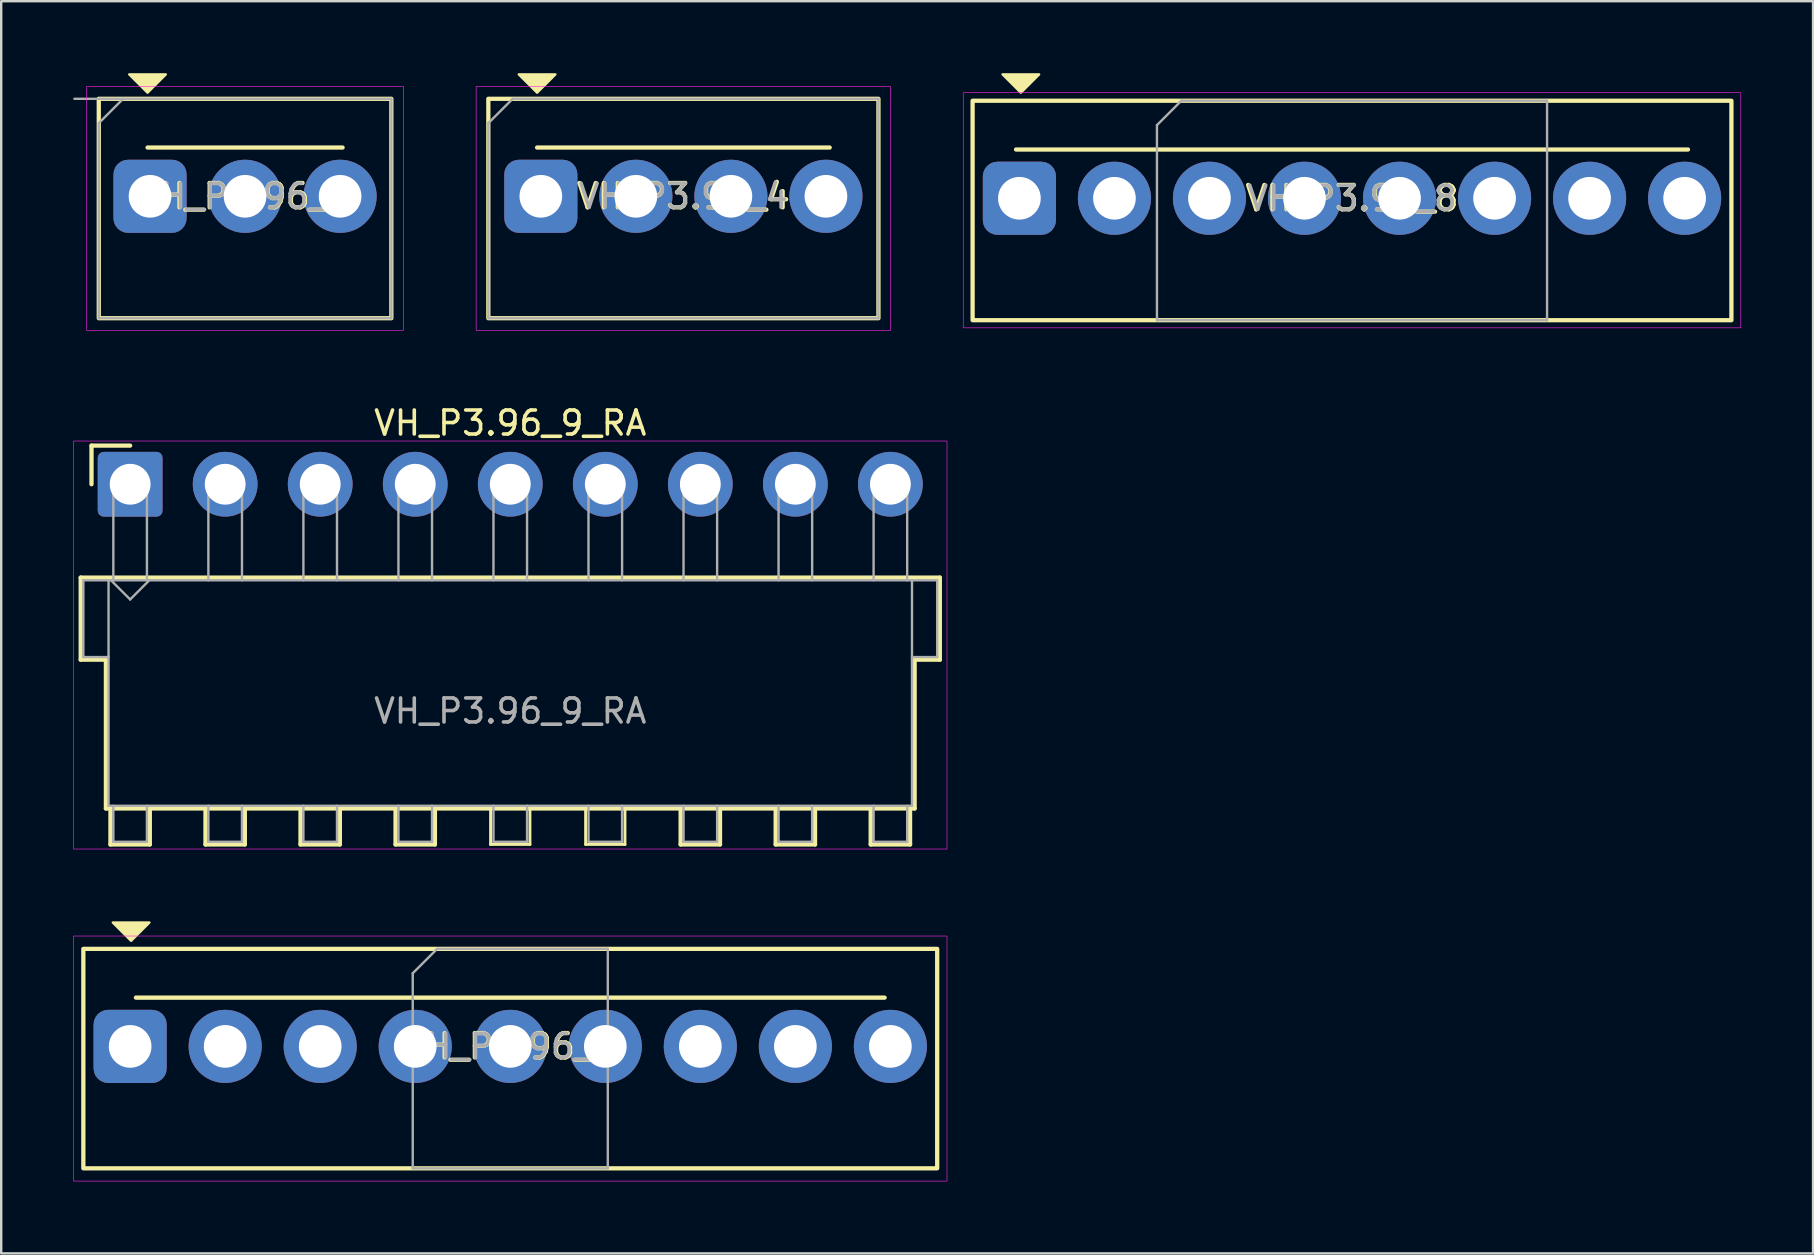
<source format=kicad_pcb>
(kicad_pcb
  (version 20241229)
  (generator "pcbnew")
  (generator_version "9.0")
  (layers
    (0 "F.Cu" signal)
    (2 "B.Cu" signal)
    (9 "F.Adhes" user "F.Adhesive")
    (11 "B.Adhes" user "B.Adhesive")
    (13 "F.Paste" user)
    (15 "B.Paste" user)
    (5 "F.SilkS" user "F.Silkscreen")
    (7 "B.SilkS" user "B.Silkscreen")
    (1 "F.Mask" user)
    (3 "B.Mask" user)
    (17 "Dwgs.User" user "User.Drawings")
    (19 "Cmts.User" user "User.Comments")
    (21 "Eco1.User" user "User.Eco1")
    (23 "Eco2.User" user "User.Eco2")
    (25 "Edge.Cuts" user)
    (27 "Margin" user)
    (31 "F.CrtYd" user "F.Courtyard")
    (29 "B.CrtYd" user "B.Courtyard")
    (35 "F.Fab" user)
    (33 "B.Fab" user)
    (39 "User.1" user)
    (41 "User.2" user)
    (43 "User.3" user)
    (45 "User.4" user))
  (footprint "VH_P3.96_8"
    (layer "F.Cu")
    (at 53.289 5.212)
    (property "Reference" "VH_P3.96_8" (at 0 0 0) (layer "F.SilkS") (effects (font (size 1.016 1.016) (thickness 0.178))))
    (attr through_hole)
    (fp_line (start -14 -2.032) (end 14 -2.032) (stroke (width 0.178) (type solid)) (layer "F.SilkS"))
    (fp_rect (start -15.81 -4.064) (end 15.81 5.08) (stroke (width 0.178) (type solid)) (fill no) (layer "F.SilkS"))
    (fp_poly (pts (xy -13.8 -4.4) (xy -14.562 -5.162) (xy -13.038 -5.162)) (stroke (width 0.1) (type solid)) (fill yes) (layer "F.SilkS"))
    (fp_rect (start -16.2 -4.4) (end 16.2 5.4) (stroke (width 0.025) (type solid)) (fill no) (layer "F.CrtYd"))
    (fp_line (start -8.128 -3.048) (end -7.112 -4.064) (stroke (width 0.1) (type solid)) (layer "F.Fab"))
    (fp_line (start -8.128 5.08) (end -8.128 -3.048) (stroke (width 0.1) (type solid)) (layer "F.Fab"))
    (fp_line (start -7.112 -4.064) (end 8.128 -4.064) (stroke (width 0.1) (type solid)) (layer "F.Fab"))
    (fp_line (start 8.128 -4.064) (end 8.128 5.08) (stroke (width 0.1) (type solid)) (layer "F.Fab"))
    (fp_line (start 8.128 5.08) (end -8.128 5.08) (stroke (width 0.1) (type solid)) (layer "F.Fab"))
    (fp_text user "${REFERENCE}" (at 0 0 0) (layer "F.Fab") (effects (font (size 1 1) (thickness 0.15))))
    (pad "1" thru_hole roundrect (at -13.86 0) (size 3.048 3.048) (drill 1.778) (layers "*.Cu" "*.Mask") (roundrect_rratio 0.2))
    (pad "2" thru_hole circle (at -9.9 0) (size 3.048 3.048) (drill 1.778) (layers "*.Cu" "*.Mask"))
    (pad "3" thru_hole circle (at -5.94 0) (size 3.048 3.048) (drill 1.778) (layers "*.Cu" "*.Mask"))
    (pad "4" thru_hole circle (at -1.98 0) (size 3.048 3.048) (drill 1.778) (layers "*.Cu" "*.Mask"))
    (pad "5" thru_hole circle (at 1.98 0) (size 3.048 3.048) (drill 1.778) (layers "*.Cu" "*.Mask"))
    (pad "6" thru_hole circle (at 5.94 0) (size 3.048 3.048) (drill 1.778) (layers "*.Cu" "*.Mask"))
    (pad "7" thru_hole circle (at 9.9 0) (size 3.048 3.048) (drill 1.778) (layers "*.Cu" "*.Mask"))
    (pad "8" thru_hole circle (at 13.86 0) (size 3.048 3.048) (drill 1.778) (layers "*.Cu" "*.Mask")))
  (footprint "VH_P3.96_9"
    (layer "F.Cu")
    (at 18.213 40.554)
    (property "Reference" "VH_P3.96_9" (at 0 0 0) (layer "F.SilkS") (effects (font (size 1.016 1.016) (thickness 0.178))))
    (attr through_hole)
    (fp_line (start -15.6 -2.032) (end 15.6 -2.032) (stroke (width 0.178) (type solid)) (layer "F.SilkS"))
    (fp_rect (start -17.79 -4.064) (end 17.79 5.08) (stroke (width 0.178) (type solid)) (fill no) (layer "F.SilkS"))
    (fp_poly (pts (xy -15.8 -4.4) (xy -16.562 -5.162) (xy -15.038 -5.162)) (stroke (width 0.1) (type solid)) (fill yes) (layer "F.SilkS"))
    (fp_rect (start -18.2 -4.6) (end 18.2 5.613) (stroke (width 0.025) (type solid)) (fill no) (layer "F.CrtYd"))
    (fp_line (start -4.064 -3.048) (end -3.048 -4.064) (stroke (width 0.1) (type solid)) (layer "F.Fab"))
    (fp_line (start -4.064 5.08) (end -4.064 -3.048) (stroke (width 0.1) (type solid)) (layer "F.Fab"))
    (fp_line (start -3.048 -4.064) (end 4.064 -4.064) (stroke (width 0.1) (type solid)) (layer "F.Fab"))
    (fp_line (start 4.064 -4.064) (end 4.064 5.08) (stroke (width 0.1) (type solid)) (layer "F.Fab"))
    (fp_line (start 4.064 5.08) (end -4.064 5.08) (stroke (width 0.1) (type solid)) (layer "F.Fab"))
    (fp_text user "${REFERENCE}" (at 0 0 0) (layer "F.Fab") (effects (font (size 1 1) (thickness 0.15))))
    (pad "1" thru_hole roundrect (at -15.84 0) (size 3.048 3.048) (drill 1.778) (layers "*.Cu" "*.Mask") (roundrect_rratio 0.2))
    (pad "2" thru_hole circle (at -11.88 0) (size 3.048 3.048) (drill 1.778) (layers "*.Cu" "*.Mask"))
    (pad "3" thru_hole circle (at -7.92 0) (size 3.048 3.048) (drill 1.778) (layers "*.Cu" "*.Mask"))
    (pad "4" thru_hole circle (at -3.96 0) (size 3.048 3.048) (drill 1.778) (layers "*.Cu" "*.Mask"))
    (pad "5" thru_hole circle (at 0 0) (size 3.048 3.048) (drill 1.778) (layers "*.Cu" "*.Mask"))
    (pad "6" thru_hole circle (at 3.96 0) (size 3.048 3.048) (drill 1.778) (layers "*.Cu" "*.Mask"))
    (pad "7" thru_hole circle (at 7.92 0) (size 3.048 3.048) (drill 1.778) (layers "*.Cu" "*.Mask"))
    (pad "8" thru_hole circle (at 11.88 0) (size 3.048 3.048) (drill 1.778) (layers "*.Cu" "*.Mask"))
    (pad "9" thru_hole circle (at 15.84 0) (size 3.048 3.048) (drill 1.778) (layers "*.Cu" "*.Mask")))
  (footprint "VH_P3.96_3"
    (layer "F.Cu")
    (at 7.162 5.13)
    (property "Reference" "VH_P3.96_3" (at 0 0 0) (layer "F.SilkS") (effects (font (size 1.016 1.016) (thickness 0.178))))
    (attr through_hole)
    (fp_line (start -4.064 -2.032) (end 4.064 -2.032) (stroke (width 0.178) (type solid)) (layer "F.SilkS"))
    (fp_rect (start -6.096 -4.064) (end 6.096 5.08) (stroke (width 0.178) (type solid)) (fill no) (layer "F.SilkS"))
    (fp_poly (pts (xy -4.064 -4.318) (xy -4.826 -5.08) (xy -3.302 -5.08)) (stroke (width 0.1) (type solid)) (fill yes) (layer "F.SilkS"))
    (fp_rect (start -6.604 5.588) (end 6.604 -4.572) (stroke (width 0.025) (type solid)) (fill no) (layer "F.CrtYd"))
    (fp_line (start -7.112 -4.064) (end 6.096 -4.064) (stroke (width 0.1) (type solid)) (layer "F.Fab"))
    (fp_line (start -6.096 -3.048) (end -5.08 -4.064) (stroke (width 0.1) (type solid)) (layer "F.Fab"))
    (fp_line (start -6.096 5.08) (end -6.096 -3.048) (stroke (width 0.1) (type solid)) (layer "F.Fab"))
    (fp_line (start 6.096 -4.064) (end 6.096 5.08) (stroke (width 0.1) (type solid)) (layer "F.Fab"))
    (fp_line (start 6.096 5.08) (end -6.096 5.08) (stroke (width 0.1) (type solid)) (layer "F.Fab"))
    (fp_text user "${REFERENCE}" (at 0 0 0) (layer "F.Fab") (effects (font (size 1 1) (thickness 0.15))))
    (pad "1" thru_hole roundrect (at -3.96 0) (size 3.048 3.048) (drill 1.778) (layers "*.Cu" "*.Mask") (roundrect_rratio 0.2))
    (pad "2" thru_hole circle (at 0 0) (size 3.048 3.048) (drill 1.778) (layers "*.Cu" "*.Mask"))
    (pad "3" thru_hole circle (at 3.96 0) (size 3.048 3.048) (drill 1.778) (layers "*.Cu" "*.Mask")))
  (footprint "VH_P3.96_4"
    (layer "F.Cu")
    (at 25.427 5.13)
    (property "Reference" "VH_P3.96_4" (at 0 0 0) (layer "F.SilkS") (effects (font (size 1.016 1.016) (thickness 0.178))))
    (attr through_hole)
    (fp_line (start -6.096 -2.032) (end 6.096 -2.032) (stroke (width 0.178) (type solid)) (layer "F.SilkS"))
    (fp_rect (start -8.128 -4.064) (end 8.128 5.08) (stroke (width 0.178) (type solid)) (fill no) (layer "F.SilkS"))
    (fp_poly (pts (xy -6.096 -4.318) (xy -6.858 -5.08) (xy -5.334 -5.08)) (stroke (width 0.1) (type solid)) (fill yes) (layer "F.SilkS"))
    (fp_rect (start -8.636 5.588) (end 8.636 -4.572) (stroke (width 0.025) (type solid)) (fill no) (layer "F.CrtYd"))
    (fp_line (start -8.128 -3.048) (end -7.112 -4.064) (stroke (width 0.1) (type solid)) (layer "F.Fab"))
    (fp_line (start -8.128 5.08) (end -8.128 -3.048) (stroke (width 0.1) (type solid)) (layer "F.Fab"))
    (fp_line (start -7.112 -4.064) (end 8.128 -4.064) (stroke (width 0.1) (type solid)) (layer "F.Fab"))
    (fp_line (start 8.128 -4.064) (end 8.128 5.08) (stroke (width 0.1) (type solid)) (layer "F.Fab"))
    (fp_line (start 8.128 5.08) (end -8.128 5.08) (stroke (width 0.1) (type solid)) (layer "F.Fab"))
    (fp_text user "${REFERENCE}" (at 0 0 0) (layer "F.Fab") (effects (font (size 1 1) (thickness 0.15))))
    (pad "1" thru_hole roundrect (at -5.94 0) (size 3.048 3.048) (drill 1.778) (layers "*.Cu" "*.Mask") (roundrect_rratio 0.2))
    (pad "2" thru_hole circle (at -1.98 0) (size 3.048 3.048) (drill 1.778) (layers "*.Cu" "*.Mask"))
    (pad "3" thru_hole circle (at 1.98 0) (size 3.048 3.048) (drill 1.778) (layers "*.Cu" "*.Mask"))
    (pad "4" thru_hole circle (at 5.94 0) (size 3.048 3.048) (drill 1.778) (layers "*.Cu" "*.Mask")))
  (footprint "VH_P3.96_9_RA"
    (layer "F.Cu")
    (at 18.213 17.129)
    (property "Reference" "VH_P3.96_9_RA" (at 0 -2.55 0) (layer "F.SilkS") (effects (font (size 1 1) (thickness 0.15))))
    (attr through_hole)
    (fp_line (start -17.9 3.89) (end 17.9 3.89) (stroke (width 0.178) (type solid)) (layer "F.SilkS"))
    (fp_line (start -17.9 7.31) (end -17.9 3.89) (stroke (width 0.178) (type solid)) (layer "F.SilkS"))
    (fp_line (start -17.45 -1.61) (end -17.45 0) (stroke (width 0.178) (type solid)) (layer "F.SilkS"))
    (fp_line (start -16.85 7.31) (end -17.9 7.31) (stroke (width 0.178) (type solid)) (layer "F.SilkS"))
    (fp_line (start -16.85 13.51) (end -16.85 7.31) (stroke (width 0.178) (type solid)) (layer "F.SilkS"))
    (fp_line (start -16.66 13.51) (end -16.66 15.01) (stroke (width 0.178) (type solid)) (layer "F.SilkS"))
    (fp_line (start -16.66 15.01) (end -15.02 15.01) (stroke (width 0.178) (type solid)) (layer "F.SilkS"))
    (fp_line (start -15.84 -1.61) (end -17.45 -1.61) (stroke (width 0.178) (type solid)) (layer "F.SilkS"))
    (fp_line (start -15.02 15.01) (end -15.02 13.51) (stroke (width 0.178) (type solid)) (layer "F.SilkS"))
    (fp_line (start -12.7 13.51) (end -12.7 15.01) (stroke (width 0.178) (type solid)) (layer "F.SilkS"))
    (fp_line (start -12.7 15.01) (end -11.06 15.01) (stroke (width 0.178) (type solid)) (layer "F.SilkS"))
    (fp_line (start -11.06 15.01) (end -11.06 13.51) (stroke (width 0.178) (type solid)) (layer "F.SilkS"))
    (fp_line (start -8.74 13.51) (end -8.74 15.01) (stroke (width 0.178) (type solid)) (layer "F.SilkS"))
    (fp_line (start -8.74 15.01) (end -7.1 15.01) (stroke (width 0.178) (type solid)) (layer "F.SilkS"))
    (fp_line (start -7.1 15.01) (end -7.1 13.51) (stroke (width 0.178) (type solid)) (layer "F.SilkS"))
    (fp_line (start -4.78 13.51) (end -4.78 15.01) (stroke (width 0.178) (type solid)) (layer "F.SilkS"))
    (fp_line (start -4.78 15.01) (end -3.14 15.01) (stroke (width 0.178) (type solid)) (layer "F.SilkS"))
    (fp_line (start -3.14 15.01) (end -3.14 13.51) (stroke (width 0.178) (type solid)) (layer "F.SilkS"))
    (fp_line (start -0.82 13.51) (end -0.82 15.01) (stroke (width 0.12) (type solid)) (layer "F.SilkS"))
    (fp_line (start -0.82 15.01) (end 0.82 15.01) (stroke (width 0.12) (type solid)) (layer "F.SilkS"))
    (fp_line (start 0.82 15.01) (end 0.82 13.51) (stroke (width 0.12) (type solid)) (layer "F.SilkS"))
    (fp_line (start 3.14 13.51) (end 3.14 15.01) (stroke (width 0.12) (type solid)) (layer "F.SilkS"))
    (fp_line (start 3.14 15.01) (end 4.78 15.01) (stroke (width 0.12) (type solid)) (layer "F.SilkS"))
    (fp_line (start 4.78 15.01) (end 4.78 13.51) (stroke (width 0.12) (type solid)) (layer "F.SilkS"))
    (fp_line (start 7.1 13.51) (end 7.1 15.01) (stroke (width 0.178) (type solid)) (layer "F.SilkS"))
    (fp_line (start 7.1 15.01) (end 8.74 15.01) (stroke (width 0.178) (type solid)) (layer "F.SilkS"))
    (fp_line (start 8.74 15.01) (end 8.74 13.51) (stroke (width 0.178) (type solid)) (layer "F.SilkS"))
    (fp_line (start 11.06 13.51) (end 11.06 15.01) (stroke (width 0.178) (type solid)) (layer "F.SilkS"))
    (fp_line (start 11.06 15.01) (end 12.7 15.01) (stroke (width 0.178) (type solid)) (layer "F.SilkS"))
    (fp_line (start 12.7 15.01) (end 12.7 13.51) (stroke (width 0.178) (type solid)) (layer "F.SilkS"))
    (fp_line (start 15.02 13.51) (end 15.02 15.01) (stroke (width 0.178) (type solid)) (layer "F.SilkS"))
    (fp_line (start 15.02 15.01) (end 16.66 15.01) (stroke (width 0.178) (type solid)) (layer "F.SilkS"))
    (fp_line (start 16.66 15.01) (end 16.66 13.51) (stroke (width 0.178) (type solid)) (layer "F.SilkS"))
    (fp_line (start 16.85 7.31) (end 16.85 13.51) (stroke (width 0.178) (type solid)) (layer "F.SilkS"))
    (fp_line (start 16.85 13.51) (end -16.85 13.51) (stroke (width 0.178) (type solid)) (layer "F.SilkS"))
    (fp_line (start 17.9 3.89) (end 17.9 7.31) (stroke (width 0.178) (type solid)) (layer "F.SilkS"))
    (fp_line (start 17.9 7.31) (end 16.85 7.31) (stroke (width 0.178) (type solid)) (layer "F.SilkS"))
    (fp_rect (start -18.2 -1.8) (end 18.2 15.2) (stroke (width 0.025) (type default)) (fill no) (layer "F.CrtYd"))
    (fp_line (start -17.79 4) (end -16.74 4) (stroke (width 0.1) (type solid)) (layer "F.Fab"))
    (fp_line (start -17.79 7.2) (end -17.79 4) (stroke (width 0.1) (type solid)) (layer "F.Fab"))
    (fp_line (start -16.74 4) (end -16.74 13.4) (stroke (width 0.1) (type solid)) (layer "F.Fab"))
    (fp_line (start -16.74 7.2) (end -17.79 7.2) (stroke (width 0.1) (type solid)) (layer "F.Fab"))
    (fp_line (start -16.74 13.4) (end 16.74 13.4) (stroke (width 0.1) (type solid)) (layer "F.Fab"))
    (fp_line (start -16.64 4) (end -15.84 4.8) (stroke (width 0.1) (type solid)) (layer "F.Fab"))
    (fp_line (start -16.54 0) (end -15.14 0) (stroke (width 0.1) (type solid)) (layer "F.Fab"))
    (fp_line (start -16.54 4) (end -16.54 0) (stroke (width 0.1) (type solid)) (layer "F.Fab"))
    (fp_line (start -16.54 13.4) (end -16.54 14.9) (stroke (width 0.1) (type solid)) (layer "F.Fab"))
    (fp_line (start -16.54 14.9) (end -15.14 14.9) (stroke (width 0.1) (type solid)) (layer "F.Fab"))
    (fp_line (start -15.84 4.8) (end -15.04 4) (stroke (width 0.1) (type solid)) (layer "F.Fab"))
    (fp_line (start -15.14 0) (end -15.14 4) (stroke (width 0.1) (type solid)) (layer "F.Fab"))
    (fp_line (start -15.14 14.9) (end -15.14 13.4) (stroke (width 0.1) (type solid)) (layer "F.Fab"))
    (fp_line (start -12.58 0) (end -11.18 0) (stroke (width 0.1) (type solid)) (layer "F.Fab"))
    (fp_line (start -12.58 4) (end -12.58 0) (stroke (width 0.1) (type solid)) (layer "F.Fab"))
    (fp_line (start -12.58 13.4) (end -12.58 14.9) (stroke (width 0.1) (type solid)) (layer "F.Fab"))
    (fp_line (start -12.58 14.9) (end -11.18 14.9) (stroke (width 0.1) (type solid)) (layer "F.Fab"))
    (fp_line (start -11.18 0) (end -11.18 4) (stroke (width 0.1) (type solid)) (layer "F.Fab"))
    (fp_line (start -11.18 14.9) (end -11.18 13.4) (stroke (width 0.1) (type solid)) (layer "F.Fab"))
    (fp_line (start -8.62 0) (end -7.22 0) (stroke (width 0.1) (type solid)) (layer "F.Fab"))
    (fp_line (start -8.62 4) (end -8.62 0) (stroke (width 0.1) (type solid)) (layer "F.Fab"))
    (fp_line (start -8.62 13.4) (end -8.62 14.9) (stroke (width 0.1) (type solid)) (layer "F.Fab"))
    (fp_line (start -8.62 14.9) (end -7.22 14.9) (stroke (width 0.1) (type solid)) (layer "F.Fab"))
    (fp_line (start -7.22 0) (end -7.22 4) (stroke (width 0.1) (type solid)) (layer "F.Fab"))
    (fp_line (start -7.22 14.9) (end -7.22 13.4) (stroke (width 0.1) (type solid)) (layer "F.Fab"))
    (fp_line (start -4.66 0) (end -3.26 0) (stroke (width 0.1) (type solid)) (layer "F.Fab"))
    (fp_line (start -4.66 4) (end -4.66 0) (stroke (width 0.1) (type solid)) (layer "F.Fab"))
    (fp_line (start -4.66 13.4) (end -4.66 14.9) (stroke (width 0.1) (type solid)) (layer "F.Fab"))
    (fp_line (start -4.66 14.9) (end -3.26 14.9) (stroke (width 0.1) (type solid)) (layer "F.Fab"))
    (fp_line (start -3.26 0) (end -3.26 4) (stroke (width 0.1) (type solid)) (layer "F.Fab"))
    (fp_line (start -3.26 14.9) (end -3.26 13.4) (stroke (width 0.1) (type solid)) (layer "F.Fab"))
    (fp_line (start -0.7 0) (end 0.7 0) (stroke (width 0.1) (type solid)) (layer "F.Fab"))
    (fp_line (start -0.7 4) (end -0.7 0) (stroke (width 0.1) (type solid)) (layer "F.Fab"))
    (fp_line (start -0.7 13.4) (end -0.7 14.9) (stroke (width 0.1) (type solid)) (layer "F.Fab"))
    (fp_line (start -0.7 14.9) (end 0.7 14.9) (stroke (width 0.1) (type solid)) (layer "F.Fab"))
    (fp_line (start 0.7 0) (end 0.7 4) (stroke (width 0.1) (type solid)) (layer "F.Fab"))
    (fp_line (start 0.7 14.9) (end 0.7 13.4) (stroke (width 0.1) (type solid)) (layer "F.Fab"))
    (fp_line (start 3.26 0) (end 4.66 0) (stroke (width 0.1) (type solid)) (layer "F.Fab"))
    (fp_line (start 3.26 4) (end 3.26 0) (stroke (width 0.1) (type solid)) (layer "F.Fab"))
    (fp_line (start 3.26 13.4) (end 3.26 14.9) (stroke (width 0.1) (type solid)) (layer "F.Fab"))
    (fp_line (start 3.26 14.9) (end 4.66 14.9) (stroke (width 0.1) (type solid)) (layer "F.Fab"))
    (fp_line (start 4.66 0) (end 4.66 4) (stroke (width 0.1) (type solid)) (layer "F.Fab"))
    (fp_line (start 4.66 14.9) (end 4.66 13.4) (stroke (width 0.1) (type solid)) (layer "F.Fab"))
    (fp_line (start 7.22 0) (end 8.62 0) (stroke (width 0.1) (type solid)) (layer "F.Fab"))
    (fp_line (start 7.22 4) (end 7.22 0) (stroke (width 0.1) (type solid)) (layer "F.Fab"))
    (fp_line (start 7.22 13.4) (end 7.22 14.9) (stroke (width 0.1) (type solid)) (layer "F.Fab"))
    (fp_line (start 7.22 14.9) (end 8.62 14.9) (stroke (width 0.1) (type solid)) (layer "F.Fab"))
    (fp_line (start 8.62 0) (end 8.62 4) (stroke (width 0.1) (type solid)) (layer "F.Fab"))
    (fp_line (start 8.62 14.9) (end 8.62 13.4) (stroke (width 0.1) (type solid)) (layer "F.Fab"))
    (fp_line (start 11.18 0) (end 12.58 0) (stroke (width 0.1) (type solid)) (layer "F.Fab"))
    (fp_line (start 11.18 4) (end 11.18 0) (stroke (width 0.1) (type solid)) (layer "F.Fab"))
    (fp_line (start 11.18 13.4) (end 11.18 14.9) (stroke (width 0.1) (type solid)) (layer "F.Fab"))
    (fp_line (start 11.18 14.9) (end 12.58 14.9) (stroke (width 0.1) (type solid)) (layer "F.Fab"))
    (fp_line (start 12.58 0) (end 12.58 4) (stroke (width 0.1) (type solid)) (layer "F.Fab"))
    (fp_line (start 12.58 14.9) (end 12.58 13.4) (stroke (width 0.1) (type solid)) (layer "F.Fab"))
    (fp_line (start 15.14 0) (end 16.54 0) (stroke (width 0.1) (type solid)) (layer "F.Fab"))
    (fp_line (start 15.14 4) (end 15.14 0) (stroke (width 0.1) (type solid)) (layer "F.Fab"))
    (fp_line (start 15.14 13.4) (end 15.14 14.9) (stroke (width 0.1) (type solid)) (layer "F.Fab"))
    (fp_line (start 15.14 14.9) (end 16.54 14.9) (stroke (width 0.1) (type solid)) (layer "F.Fab"))
    (fp_line (start 16.54 0) (end 16.54 4) (stroke (width 0.1) (type solid)) (layer "F.Fab"))
    (fp_line (start 16.54 14.9) (end 16.54 13.4) (stroke (width 0.1) (type solid)) (layer "F.Fab"))
    (fp_line (start 16.74 4) (end -16.74 4) (stroke (width 0.1) (type solid)) (layer "F.Fab"))
    (fp_line (start 16.74 4) (end 17.79 4) (stroke (width 0.1) (type solid)) (layer "F.Fab"))
    (fp_line (start 16.74 13.4) (end 16.74 4) (stroke (width 0.1) (type solid)) (layer "F.Fab"))
    (fp_line (start 17.79 4) (end 17.79 7.2) (stroke (width 0.1) (type solid)) (layer "F.Fab"))
    (fp_line (start 17.79 7.2) (end 16.74 7.2) (stroke (width 0.1) (type solid)) (layer "F.Fab"))
    (fp_text user "${REFERENCE}" (at 0 9.45 0) (layer "F.Fab") (effects (font (size 1 1) (thickness 0.15))))
    (pad "1" thru_hole roundrect (at -15.84 0) (size 2.7 2.7) (drill 1.7) (layers "*.Cu" "*.Mask") (roundrect_rratio 0.093))
    (pad "2" thru_hole circle (at -11.88 0) (size 2.7 2.7) (drill 1.7) (layers "*.Cu" "*.Mask"))
    (pad "3" thru_hole circle (at -7.92 0) (size 2.7 2.7) (drill 1.7) (layers "*.Cu" "*.Mask"))
    (pad "4" thru_hole circle (at -3.96 0) (size 2.7 2.7) (drill 1.7) (layers "*.Cu" "*.Mask"))
    (pad "5" thru_hole circle (at 0 0) (size 2.7 2.7) (drill 1.7) (layers "*.Cu" "*.Mask"))
    (pad "6" thru_hole circle (at 3.96 0) (size 2.7 2.7) (drill 1.7) (layers "*.Cu" "*.Mask"))
    (pad "7" thru_hole circle (at 7.92 0) (size 2.7 2.7) (drill 1.7) (layers "*.Cu" "*.Mask"))
    (pad "8" thru_hole circle (at 11.88 0) (size 2.7 2.7) (drill 1.7) (layers "*.Cu" "*.Mask"))
    (pad "9" thru_hole circle (at 15.84 0) (size 2.7 2.7) (drill 1.7) (layers "*.Cu" "*.Mask")))
  (gr_rect
    (start -3 -3)
    (end 72.501 49.18)
    (stroke (width 0.1) (type default))
    (fill no)
    (layer "Edge.Cuts")))
</source>
